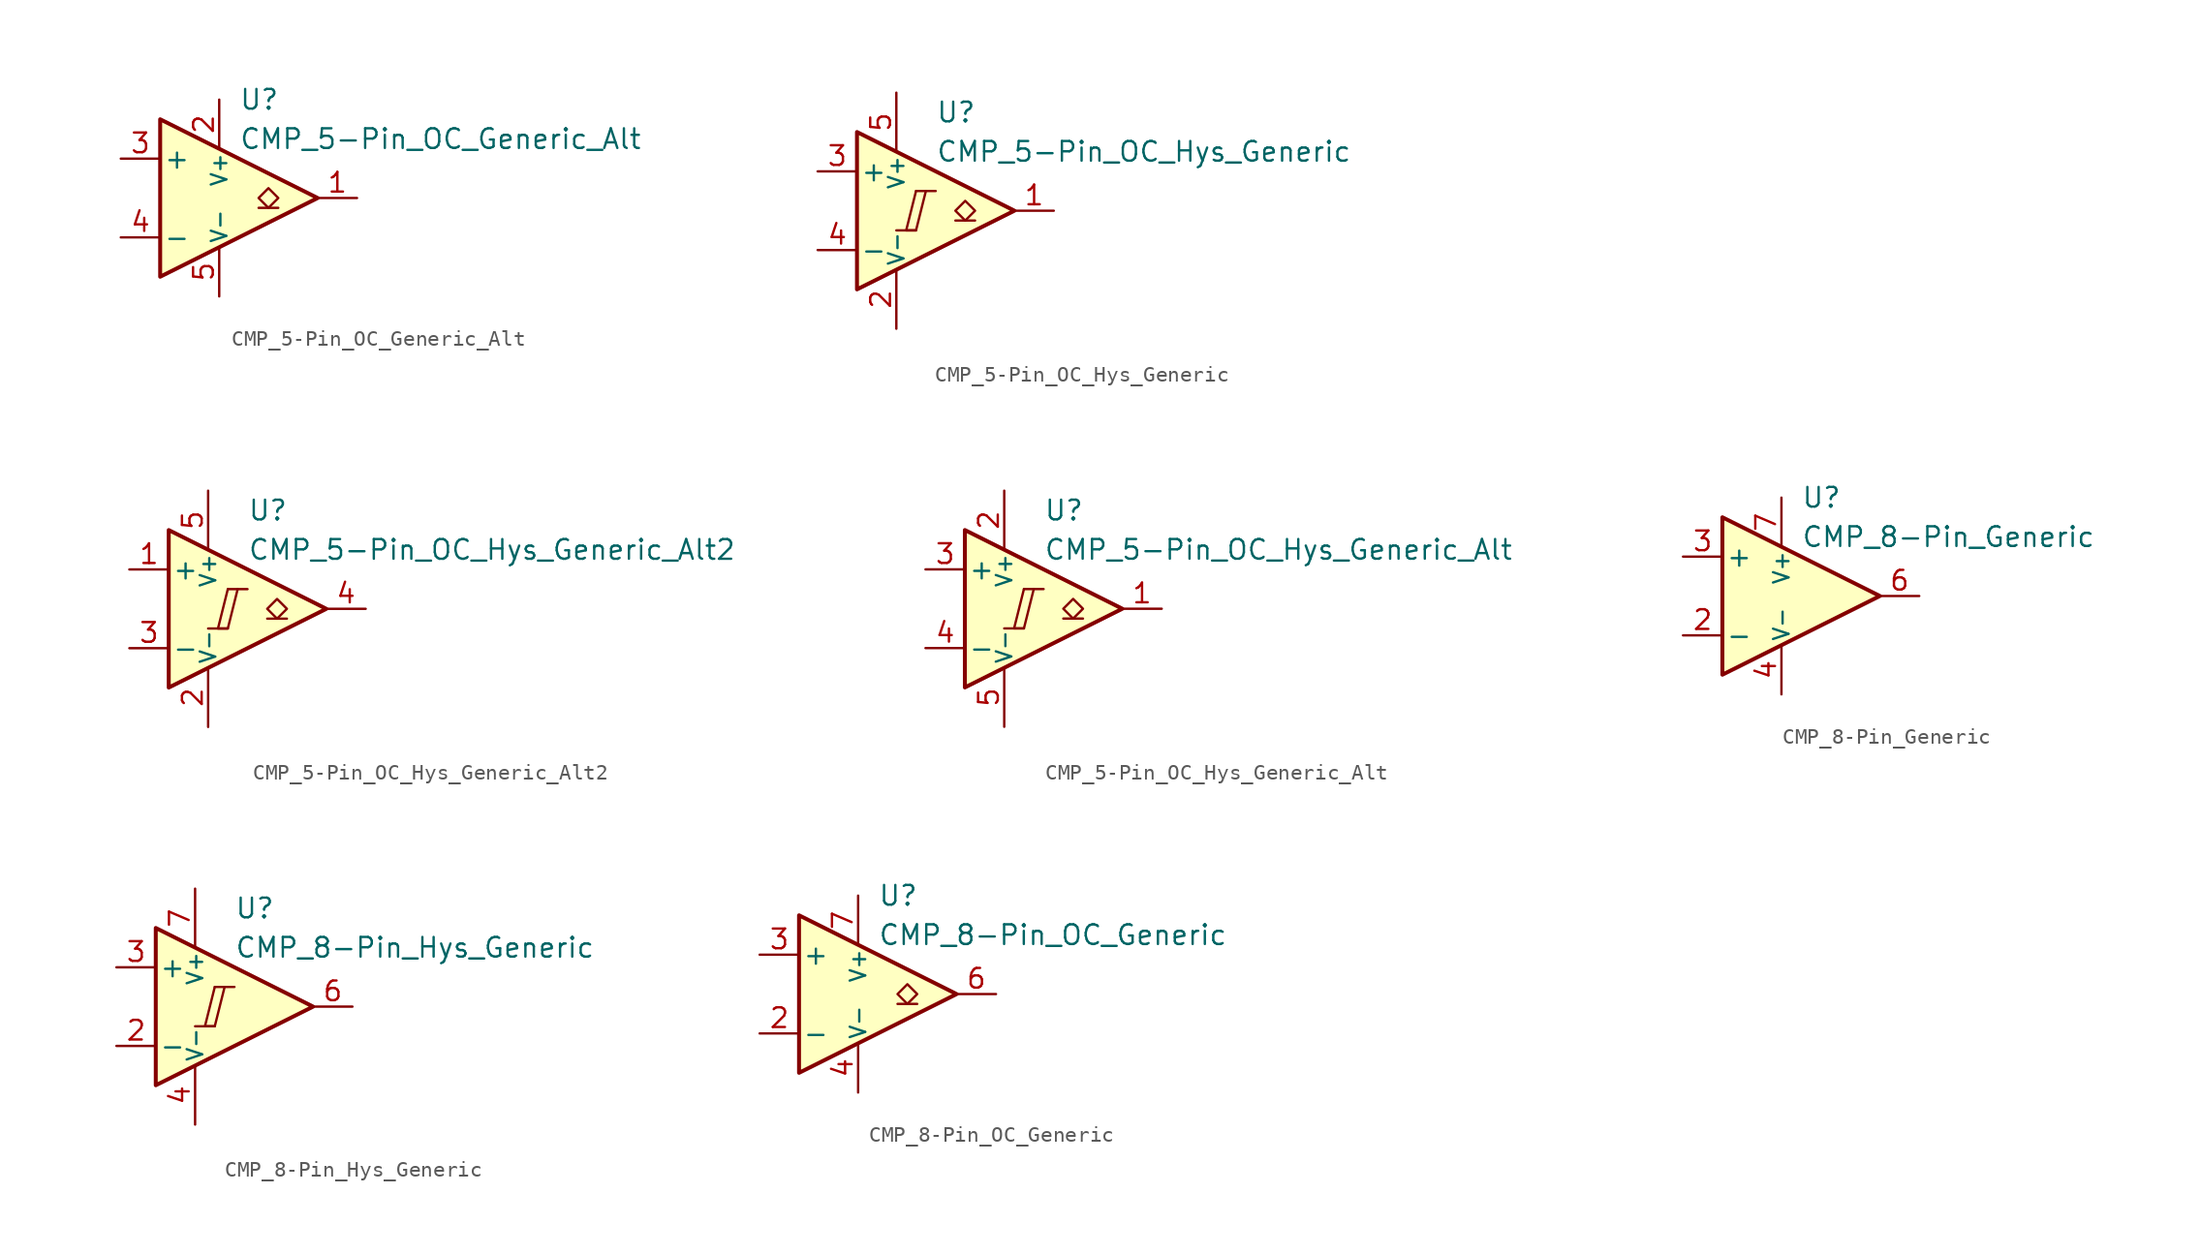
<source format=kicad_sym>
(kicad_symbol_lib
  (version 20231120)
  (generator "kicad_symbol_editor")
  (generator_version "8.0")
  (symbol "CMP_5-Pin_OC_Generic_Alt"
    (pin_names
      (offset 0.2))
    (property "Reference" "U"
      (at 1.27 6.35 0)
      (effects (font (size 1.27 1.27)) (justify left)))
    (property "Value" "CMP_5-Pin_OC_Generic_Alt"
      (at 1.27 3.81 0)
      (effects (font (size 1.27 1.27)) (justify left)))
    (symbol "CMP_5-Pin_OC_Generic_Alt_0_1"
      (polyline (pts (xy -3.81 5.08) (xy -3.81 -5.08) (xy 6.35 0) (xy -3.81 5.08)) (stroke (width 0.254) (type default)) (fill (type background))))
    (symbol "CMP_5-Pin_OC_Generic_Alt_1_1"
      (polyline (pts (xy 3.81 -0.635) (xy 2.54 -0.635)) (stroke (width 0.152) (type default)) (fill (type none)))
      (polyline (pts (xy 3.175 -0.635) (xy 2.54 0) (xy 3.175 0.635) (xy 3.81 0) (xy 3.175 -0.635)) (stroke (width 0.152) (type default)) (fill (type none)))
      (pin open_collector line (at 8.89 0 180) (length 2.54) (name "~" (effects (font (size 1.27 1.27)))) (number "1" (effects (font (size 1.27 1.27)))))
      (pin power_in line (at 0 6.35 270) (length 3.18) (name "V+" (effects (font (size 1 1)))) (number "2" (effects (font (size 1.27 1.27)))))
      (pin input line (at -6.35 2.54 0) (length 2.54) (name "+" (effects (font (size 1.27 1.27)))) (number "3" (effects (font (size 1.27 1.27)))))
      (pin input line (at -6.35 -2.54 0) (length 2.54) (name "-" (effects (font (size 1.27 1.27)))) (number "4" (effects (font (size 1.27 1.27)))))
      (pin power_in line (at 0 -6.35 90) (length 3.18) (name "V-" (effects (font (size 1 1)))) (number "5" (effects (font (size 1.27 1.27)))))))
  (symbol "CMP_5-Pin_OC_Hys_Generic"
    (pin_names
      (offset 0.2))
    (property "Reference" "U"
      (at 1.27 6.35 0)
      (effects (font (size 1.27 1.27)) (justify left)))
    (property "Value" "CMP_5-Pin_OC_Hys_Generic"
      (at 1.27 3.81 0)
      (effects (font (size 1.27 1.27)) (justify left)))
    (symbol "CMP_5-Pin_OC_Hys_Generic_0_0"
      (polyline (pts (xy -1.27 -1.27) (xy 0 -1.27)) (stroke (width 0.152) (type default)) (fill (type none)))
      (polyline (pts (xy 0 1.27) (xy 1.27 1.27)) (stroke (width 0.152) (type default)) (fill (type none)))
      (polyline (pts (xy 0 1.27) (xy -0.635 -1.27) (xy 0 -1.27) (xy 0.635 1.27)) (stroke (width 0.152) (type default)) (fill (type none))))
    (symbol "CMP_5-Pin_OC_Hys_Generic_0_1"
      (polyline (pts (xy -3.81 5.08) (xy -3.81 -5.08) (xy 6.35 0) (xy -3.81 5.08)) (stroke (width 0.254) (type default)) (fill (type background))))
    (symbol "CMP_5-Pin_OC_Hys_Generic_1_1"
      (polyline (pts (xy 3.81 -0.635) (xy 2.54 -0.635)) (stroke (width 0.152) (type default)) (fill (type none)))
      (polyline (pts (xy 3.175 -0.635) (xy 2.54 0) (xy 3.175 0.635) (xy 3.81 0) (xy 3.175 -0.635)) (stroke (width 0.152) (type default)) (fill (type none)))
      (pin open_collector line (at 8.89 0 180) (length 2.54) (name "~" (effects (font (size 1.27 1.27)))) (number "1" (effects (font (size 1.27 1.27)))))
      (pin power_in line (at -1.27 -7.62 90) (length 3.81) (name "V-" (effects (font (size 1 1)))) (number "2" (effects (font (size 1.27 1.27)))))
      (pin input line (at -6.35 2.54 0) (length 2.54) (name "+" (effects (font (size 1.27 1.27)))) (number "3" (effects (font (size 1.27 1.27)))))
      (pin input line (at -6.35 -2.54 0) (length 2.54) (name "-" (effects (font (size 1.27 1.27)))) (number "4" (effects (font (size 1.27 1.27)))))
      (pin power_in line (at -1.27 7.62 270) (length 3.81) (name "V+" (effects (font (size 1 1)))) (number "5" (effects (font (size 1.27 1.27)))))))
  (symbol "CMP_5-Pin_OC_Hys_Generic_Alt2"
    (pin_names
      (offset 0.2))
    (property "Reference" "U"
      (at 1.27 6.35 0)
      (effects (font (size 1.27 1.27)) (justify left)))
    (property "Value" "CMP_5-Pin_OC_Hys_Generic_Alt2"
      (at 1.27 3.81 0)
      (effects (font (size 1.27 1.27)) (justify left)))
    (symbol "CMP_5-Pin_OC_Hys_Generic_Alt2_0_0"
      (polyline (pts (xy -1.27 -1.27) (xy 0 -1.27)) (stroke (width 0.152) (type default)) (fill (type none)))
      (polyline (pts (xy 0 1.27) (xy 1.27 1.27)) (stroke (width 0.152) (type default)) (fill (type none)))
      (polyline (pts (xy 0 1.27) (xy -0.635 -1.27) (xy 0 -1.27) (xy 0.635 1.27)) (stroke (width 0.152) (type default)) (fill (type none))))
    (symbol "CMP_5-Pin_OC_Hys_Generic_Alt2_0_1"
      (polyline (pts (xy -3.81 5.08) (xy -3.81 -5.08) (xy 6.35 0) (xy -3.81 5.08)) (stroke (width 0.254) (type default)) (fill (type background))))
    (symbol "CMP_5-Pin_OC_Hys_Generic_Alt2_1_1"
      (polyline (pts (xy 3.81 -0.635) (xy 2.54 -0.635)) (stroke (width 0.152) (type default)) (fill (type none)))
      (polyline (pts (xy 3.175 -0.635) (xy 2.54 0) (xy 3.175 0.635) (xy 3.81 0) (xy 3.175 -0.635)) (stroke (width 0.152) (type default)) (fill (type none)))
      (pin input line (at -6.35 2.54 0) (length 2.54) (name "+" (effects (font (size 1.27 1.27)))) (number "1" (effects (font (size 1.27 1.27)))))
      (pin power_in line (at -1.27 -7.62 90) (length 3.81) (name "V-" (effects (font (size 1 1)))) (number "2" (effects (font (size 1.27 1.27)))))
      (pin input line (at -6.35 -2.54 0) (length 2.54) (name "-" (effects (font (size 1.27 1.27)))) (number "3" (effects (font (size 1.27 1.27)))))
      (pin open_collector line (at 8.89 0 180) (length 2.54) (name "~" (effects (font (size 1.27 1.27)))) (number "4" (effects (font (size 1.27 1.27)))))
      (pin power_in line (at -1.27 7.62 270) (length 3.81) (name "V+" (effects (font (size 1 1)))) (number "5" (effects (font (size 1.27 1.27)))))))
  (symbol "CMP_5-Pin_OC_Hys_Generic_Alt"
    (pin_names
      (offset 0.2))
    (property "Reference" "U"
      (at 1.27 6.35 0)
      (effects (font (size 1.27 1.27)) (justify left)))
    (property "Value" "CMP_5-Pin_OC_Hys_Generic_Alt"
      (at 1.27 3.81 0)
      (effects (font (size 1.27 1.27)) (justify left)))
    (symbol "CMP_5-Pin_OC_Hys_Generic_Alt_0_0"
      (polyline (pts (xy -1.27 -1.27) (xy 0 -1.27)) (stroke (width 0.152) (type default)) (fill (type none)))
      (polyline (pts (xy 0 1.27) (xy 1.27 1.27)) (stroke (width 0.152) (type default)) (fill (type none)))
      (polyline (pts (xy 0 1.27) (xy -0.635 -1.27) (xy 0 -1.27) (xy 0.635 1.27)) (stroke (width 0.152) (type default)) (fill (type none))))
    (symbol "CMP_5-Pin_OC_Hys_Generic_Alt_0_1"
      (polyline (pts (xy -3.81 5.08) (xy -3.81 -5.08) (xy 6.35 0) (xy -3.81 5.08)) (stroke (width 0.254) (type default)) (fill (type background))))
    (symbol "CMP_5-Pin_OC_Hys_Generic_Alt_1_1"
      (polyline (pts (xy 3.81 -0.635) (xy 2.54 -0.635)) (stroke (width 0.152) (type default)) (fill (type none)))
      (polyline (pts (xy 3.175 -0.635) (xy 2.54 0) (xy 3.175 0.635) (xy 3.81 0) (xy 3.175 -0.635)) (stroke (width 0.152) (type default)) (fill (type none)))
      (pin open_collector line (at 8.89 0 180) (length 2.54) (name "~" (effects (font (size 1.27 1.27)))) (number "1" (effects (font (size 1.27 1.27)))))
      (pin power_in line (at -1.27 7.62 270) (length 3.81) (name "V+" (effects (font (size 1 1)))) (number "2" (effects (font (size 1.27 1.27)))))
      (pin input line (at -6.35 2.54 0) (length 2.54) (name "+" (effects (font (size 1.27 1.27)))) (number "3" (effects (font (size 1.27 1.27)))))
      (pin input line (at -6.35 -2.54 0) (length 2.54) (name "-" (effects (font (size 1.27 1.27)))) (number "4" (effects (font (size 1.27 1.27)))))
      (pin power_in line (at -1.27 -7.62 90) (length 3.81) (name "V-" (effects (font (size 1 1)))) (number "5" (effects (font (size 1.27 1.27)))))))
  (symbol "CMP_8-Pin_Generic"
    (pin_names
      (offset 0.2))
    (property "Reference" "U"
      (at 1.27 6.35 0)
      (effects (font (size 1.27 1.27)) (justify left)))
    (property "Value" "CMP_8-Pin_Generic"
      (at 1.27 3.81 0)
      (effects (font (size 1.27 1.27)) (justify left)))
    (symbol "CMP_8-Pin_Generic_0_1"
      (polyline (pts (xy -3.81 5.08) (xy -3.81 -5.08) (xy 6.35 0) (xy -3.81 5.08)) (stroke (width 0.254) (type default)) (fill (type background))))
    (symbol "CMP_8-Pin_Generic_1_1"
      (pin free line (at -1.27 -2.54 90) (length 2.54) hide (name "NC" (effects (font (size 1.27 1.27)))) (number "1" (effects (font (size 1.27 1.27)))))
      (pin input line (at -6.35 -2.54 0) (length 2.54) (name "-" (effects (font (size 1.27 1.27)))) (number "2" (effects (font (size 1.27 1.27)))))
      (pin input line (at -6.35 2.54 0) (length 2.54) (name "+" (effects (font (size 1.27 1.27)))) (number "3" (effects (font (size 1.27 1.27)))))
      (pin power_in line (at 0 -6.35 90) (length 3.18) (name "V-" (effects (font (size 1 1)))) (number "4" (effects (font (size 1.27 1.27)))))
      (pin free line (at -1.27 2.54 270) (length 2.54) hide (name "NC" (effects (font (size 1.27 1.27)))) (number "5" (effects (font (size 1.27 1.27)))))
      (pin output line (at 8.89 0 180) (length 2.54) (name "~" (effects (font (size 1.27 1.27)))) (number "6" (effects (font (size 1.27 1.27)))))
      (pin power_in line (at 0 6.35 270) (length 3.18) (name "V+" (effects (font (size 1 1)))) (number "7" (effects (font (size 1.27 1.27)))))
      (pin free line (at 1.27 -1.27 90) (length 2.54) hide (name "NC" (effects (font (size 1.27 1.27)))) (number "8" (effects (font (size 1.27 1.27)))))))
  (symbol "CMP_8-Pin_Hys_Generic"
    (pin_names
      (offset 0.2))
    (property "Reference" "U"
      (at 1.27 6.35 0)
      (effects (font (size 1.27 1.27)) (justify left)))
    (property "Value" "CMP_8-Pin_Hys_Generic"
      (at 1.27 3.81 0)
      (effects (font (size 1.27 1.27)) (justify left)))
    (symbol "CMP_8-Pin_Hys_Generic_0_0"
      (polyline (pts (xy -1.27 -1.27) (xy 0 -1.27)) (stroke (width 0.152) (type default)) (fill (type none)))
      (polyline (pts (xy 0 1.27) (xy 1.27 1.27)) (stroke (width 0.152) (type default)) (fill (type none)))
      (polyline (pts (xy 0 1.27) (xy -0.635 -1.27) (xy 0 -1.27) (xy 0.635 1.27)) (stroke (width 0.152) (type default)) (fill (type none))))
    (symbol "CMP_8-Pin_Hys_Generic_0_1"
      (polyline (pts (xy -3.81 5.08) (xy -3.81 -5.08) (xy 6.35 0) (xy -3.81 5.08)) (stroke (width 0.254) (type default)) (fill (type background))))
    (symbol "CMP_8-Pin_Hys_Generic_1_1"
      (pin free line (at 0 -2.54 90) (length 2.54) hide (name "NC" (effects (font (size 1.27 1.27)))) (number "1" (effects (font (size 1.27 1.27)))))
      (pin input line (at -6.35 -2.54 0) (length 2.54) (name "-" (effects (font (size 1.27 1.27)))) (number "2" (effects (font (size 1.27 1.27)))))
      (pin input line (at -6.35 2.54 0) (length 2.54) (name "+" (effects (font (size 1.27 1.27)))) (number "3" (effects (font (size 1.27 1.27)))))
      (pin power_in line (at -1.27 -7.62 90) (length 3.81) (name "V-" (effects (font (size 1 1)))) (number "4" (effects (font (size 1.27 1.27)))))
      (pin free line (at 0 2.54 270) (length 2.54) hide (name "NC" (effects (font (size 1.27 1.27)))) (number "5" (effects (font (size 1.27 1.27)))))
      (pin output line (at 8.89 0 180) (length 2.54) (name "~" (effects (font (size 1.27 1.27)))) (number "6" (effects (font (size 1.27 1.27)))))
      (pin power_in line (at -1.27 7.62 270) (length 3.81) (name "V+" (effects (font (size 1 1)))) (number "7" (effects (font (size 1.27 1.27)))))
      (pin free line (at 1.27 -1.27 90) (length 2.54) hide (name "NC" (effects (font (size 1.27 1.27)))) (number "8" (effects (font (size 1.27 1.27)))))))
  (symbol "CMP_8-Pin_OC_Generic"
    (pin_names
      (offset 0.2))
    (property "Reference" "U"
      (at 1.27 6.35 0)
      (effects (font (size 1.27 1.27)) (justify left)))
    (property "Value" "CMP_8-Pin_OC_Generic"
      (at 1.27 3.81 0)
      (effects (font (size 1.27 1.27)) (justify left)))
    (symbol "CMP_8-Pin_OC_Generic_0_1"
      (polyline (pts (xy -3.81 5.08) (xy -3.81 -5.08) (xy 6.35 0) (xy -3.81 5.08)) (stroke (width 0.254) (type default)) (fill (type background))))
    (symbol "CMP_8-Pin_OC_Generic_1_1"
      (polyline (pts (xy 3.81 -0.635) (xy 2.54 -0.635)) (stroke (width 0.152) (type default)) (fill (type none)))
      (polyline (pts (xy 3.175 -0.635) (xy 2.54 0) (xy 3.175 0.635) (xy 3.81 0) (xy 3.175 -0.635)) (stroke (width 0.152) (type default)) (fill (type none)))
      (pin free line (at -1.27 -2.54 90) (length 2.54) hide (name "NC" (effects (font (size 1.27 1.27)))) (number "1" (effects (font (size 1.27 1.27)))))
      (pin input line (at -6.35 -2.54 0) (length 2.54) (name "-" (effects (font (size 1.27 1.27)))) (number "2" (effects (font (size 1.27 1.27)))))
      (pin input line (at -6.35 2.54 0) (length 2.54) (name "+" (effects (font (size 1.27 1.27)))) (number "3" (effects (font (size 1.27 1.27)))))
      (pin power_in line (at 0 -6.35 90) (length 3.18) (name "V-" (effects (font (size 1 1)))) (number "4" (effects (font (size 1.27 1.27)))))
      (pin free line (at -1.27 2.54 270) (length 2.54) hide (name "NC" (effects (font (size 1.27 1.27)))) (number "5" (effects (font (size 1.27 1.27)))))
      (pin open_collector line (at 8.89 0 180) (length 2.54) (name "~" (effects (font (size 1.27 1.27)))) (number "6" (effects (font (size 1.27 1.27)))))
      (pin power_in line (at 0 6.35 270) (length 3.18) (name "V+" (effects (font (size 1 1)))) (number "7" (effects (font (size 1.27 1.27)))))
      (pin free line (at 1.27 -1.27 90) (length 2.54) hide (name "NC" (effects (font (size 1.27 1.27)))) (number "8" (effects (font (size 1.27 1.27))))))))
</source>
